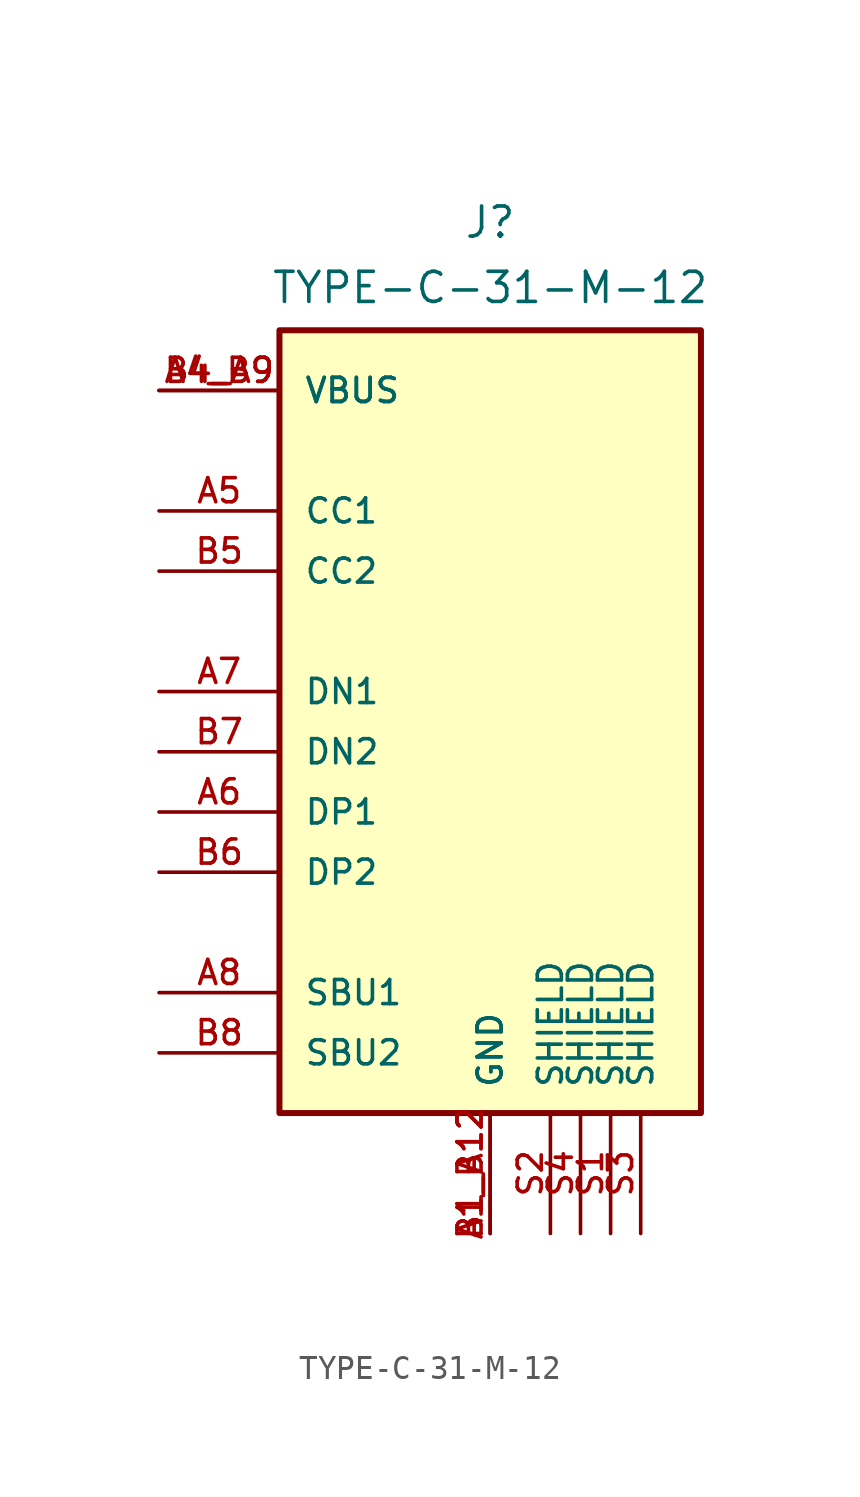
<source format=kicad_sym>
(kicad_symbol_lib
  (version 20220914)
  (generator kicad_symbol_editor)
  (symbol "TYPE-C-31-M-12"
    (pin_names
      (offset 1.016))
    (property "Reference" "J"
      (at 0 16.51 0)
      (effects (font (size 1.27 1.27)) (justify bottom)))
    (property "Value" "TYPE-C-31-M-12"
      (at 0 15.24 0)
      (effects (font (size 1.27 1.27)) (justify top)))
    (symbol "TYPE-C-31-M-12_0_0"
      (rectangle (start -8.89 12.7) (end 8.89 -20.32) (stroke (width 0.254) (type default)) (fill (type background)))
      (pin power_in line (at 0 -25.4 90) (length 5.08) (name "GND" (effects (font (size 1.016 1.016)))) (number "A1_B12" (effects (font (size 1.016 1.016)))))
      (pin power_in line (at -13.97 10.16 0) (length 5.08) (name "VBUS" (effects (font (size 1.016 1.016)))) (number "A4_B9" (effects (font (size 1.016 1.016)))))
      (pin bidirectional line (at -13.97 5.08 0) (length 5.08) (name "CC1" (effects (font (size 1.016 1.016)))) (number "A5" (effects (font (size 1.016 1.016)))))
      (pin bidirectional line (at -13.97 -7.62 0) (length 5.08) (name "DP1" (effects (font (size 1.016 1.016)))) (number "A6" (effects (font (size 1.016 1.016)))))
      (pin bidirectional line (at -13.97 -2.54 0) (length 5.08) (name "DN1" (effects (font (size 1.016 1.016)))) (number "A7" (effects (font (size 1.016 1.016)))))
      (pin bidirectional line (at -13.97 -15.24 0) (length 5.08) (name "SBU1" (effects (font (size 1.016 1.016)))) (number "A8" (effects (font (size 1.016 1.016)))))
      (pin power_in line (at 0 -25.4 90) (length 5.08) (name "GND" (effects (font (size 1.016 1.016)))) (number "B1_A12" (effects (font (size 1.016 1.016)))))
      (pin power_in line (at -13.97 10.16 0) (length 5.08) (name "VBUS" (effects (font (size 1.016 1.016)))) (number "B4_A9" (effects (font (size 1.016 1.016)))))
      (pin bidirectional line (at -13.97 2.54 0) (length 5.08) (name "CC2" (effects (font (size 1.016 1.016)))) (number "B5" (effects (font (size 1.016 1.016)))))
      (pin bidirectional line (at -13.97 -10.16 0) (length 5.08) (name "DP2" (effects (font (size 1.016 1.016)))) (number "B6" (effects (font (size 1.016 1.016)))))
      (pin bidirectional line (at -13.97 -5.08 0) (length 5.08) (name "DN2" (effects (font (size 1.016 1.016)))) (number "B7" (effects (font (size 1.016 1.016)))))
      (pin bidirectional line (at -13.97 -17.78 0) (length 5.08) (name "SBU2" (effects (font (size 1.016 1.016)))) (number "B8" (effects (font (size 1.016 1.016)))))
      (pin passive line (at 5.08 -25.4 90) (length 5.08) (name "SHIELD" (effects (font (size 1.016 1.016)))) (number "S1" (effects (font (size 1.016 1.016)))))
      (pin passive line (at 2.54 -25.4 90) (length 5.08) (name "SHIELD" (effects (font (size 1.016 1.016)))) (number "S2" (effects (font (size 1.016 1.016)))))
      (pin passive line (at 6.35 -25.4 90) (length 5.08) (name "SHIELD" (effects (font (size 1.016 1.016)))) (number "S3" (effects (font (size 1.016 1.016)))))
      (pin passive line (at 3.81 -25.4 90) (length 5.08) (name "SHIELD" (effects (font (size 1.016 1.016)))) (number "S4" (effects (font (size 1.016 1.016))))))))
</source>
